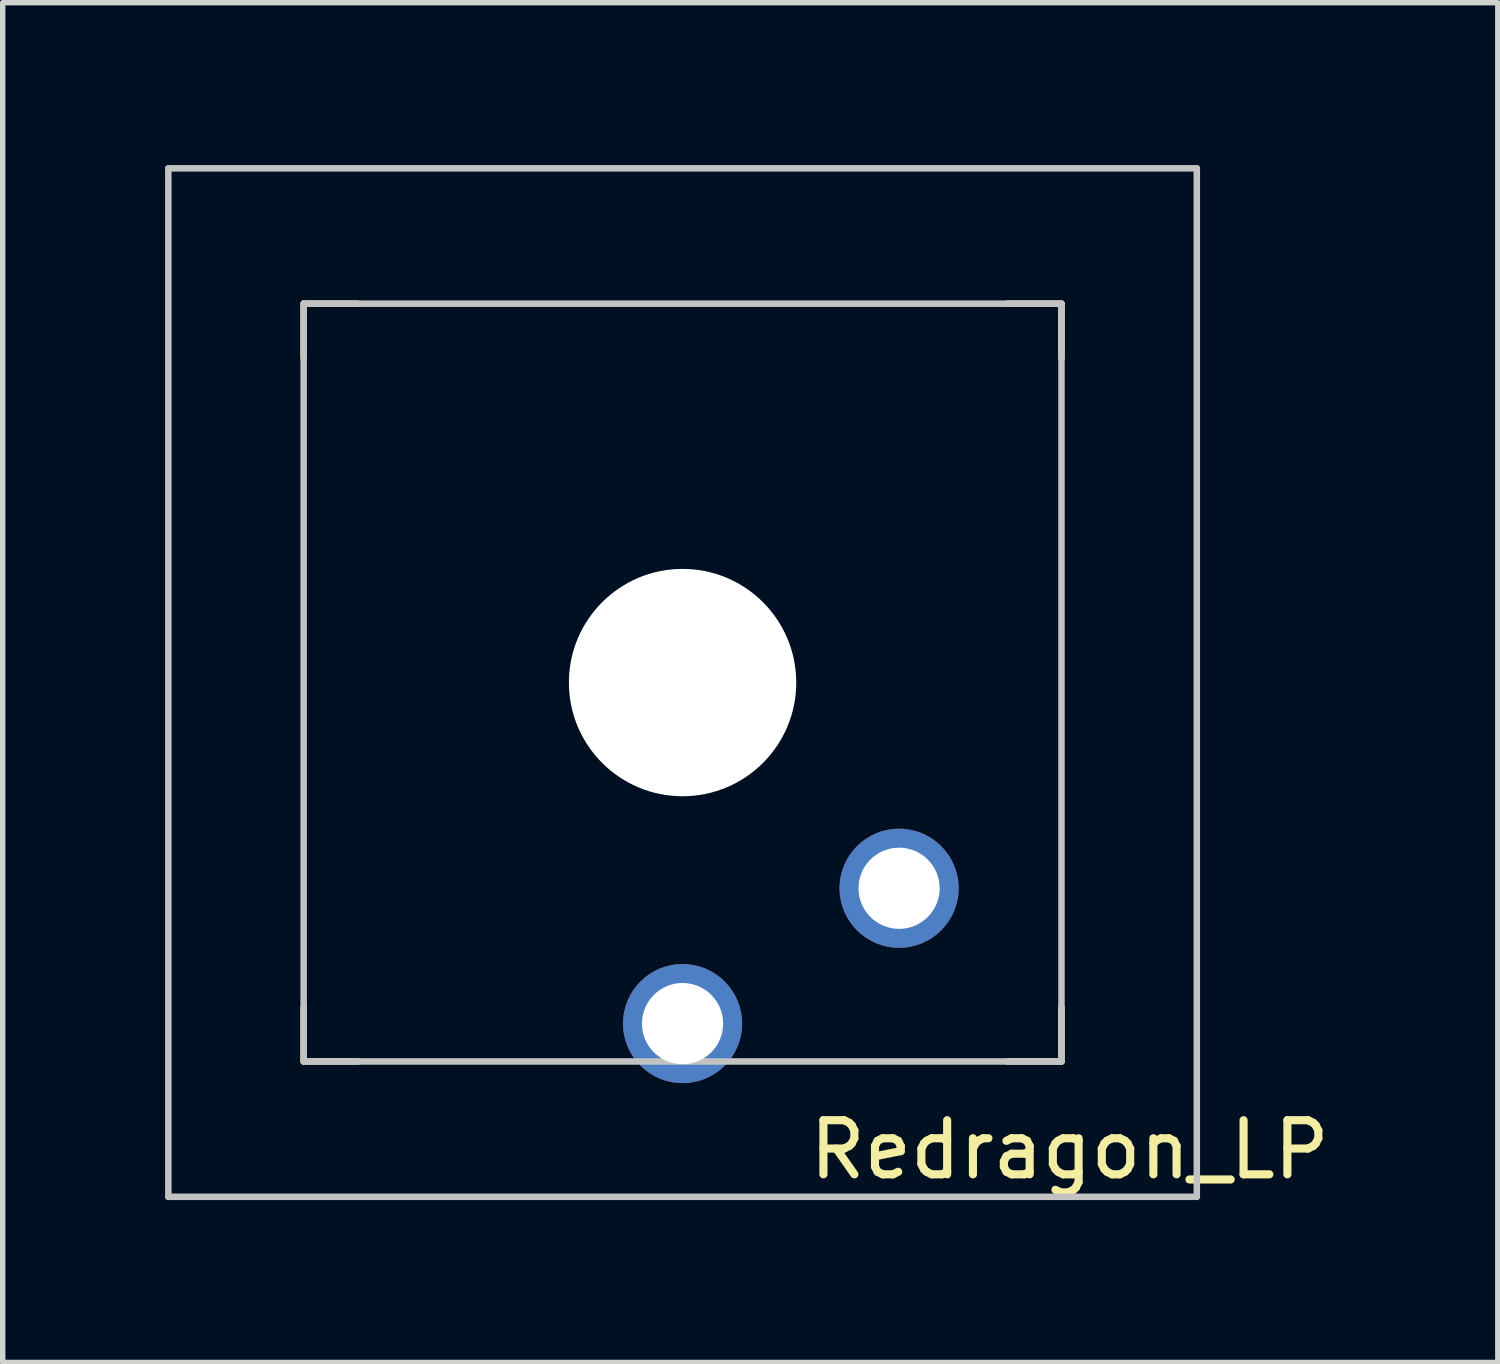
<source format=kicad_pcb>
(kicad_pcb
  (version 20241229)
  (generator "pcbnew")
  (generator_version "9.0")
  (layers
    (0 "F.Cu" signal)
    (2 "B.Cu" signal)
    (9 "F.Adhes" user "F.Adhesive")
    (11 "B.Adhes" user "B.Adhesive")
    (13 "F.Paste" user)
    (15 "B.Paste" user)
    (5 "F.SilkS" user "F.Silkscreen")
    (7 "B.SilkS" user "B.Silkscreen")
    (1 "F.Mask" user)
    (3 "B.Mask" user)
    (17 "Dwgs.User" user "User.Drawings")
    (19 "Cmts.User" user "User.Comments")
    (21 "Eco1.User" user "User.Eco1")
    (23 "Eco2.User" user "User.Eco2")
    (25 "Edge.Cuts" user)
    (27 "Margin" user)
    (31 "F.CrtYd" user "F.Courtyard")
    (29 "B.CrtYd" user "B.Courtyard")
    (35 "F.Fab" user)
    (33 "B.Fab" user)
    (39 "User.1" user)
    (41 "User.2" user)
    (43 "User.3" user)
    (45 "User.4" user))
  (footprint "Redragon_LP"
    (layer "F.Cu")
    (at 9.56 9.56)
    (property "Reference" "Redragon_LP" (at 7.15 8.63 0) (unlocked yes) (layer "F.SilkS") (effects (font (size 1 1) (thickness 0.15))))
    (attr through_hole)
    (fp_line (start -7 -7) (end -6 -7) (stroke (width 0.12) (type solid)) (layer "F.SilkS"))
    (fp_line (start -7 -6) (end -7 -7) (stroke (width 0.12) (type solid)) (layer "F.SilkS"))
    (fp_line (start -7 7) (end -7 6) (stroke (width 0.12) (type solid)) (layer "F.SilkS"))
    (fp_line (start -6 7) (end -7 7) (stroke (width 0.12) (type solid)) (layer "F.SilkS"))
    (fp_line (start 6 -7) (end 7 -7) (stroke (width 0.12) (type solid)) (layer "F.SilkS"))
    (fp_line (start 7 -7) (end 7 -6) (stroke (width 0.12) (type solid)) (layer "F.SilkS"))
    (fp_line (start 7 6) (end 7 7) (stroke (width 0.12) (type solid)) (layer "F.SilkS"))
    (fp_line (start 7 7) (end 6 7) (stroke (width 0.12) (type solid)) (layer "F.SilkS"))
    (fp_line (start -9.5 -9.5) (end 9.5 -9.5) (stroke (width 0.12) (type solid)) (layer "Dwgs.User"))
    (fp_line (start -9.5 9.5) (end -9.5 -9.5) (stroke (width 0.12) (type solid)) (layer "Dwgs.User"))
    (fp_line (start -9.5 9.5) (end 9.5 9.5) (stroke (width 0.12) (type solid)) (layer "Dwgs.User"))
    (fp_line (start 9.5 9.5) (end 9.5 -9.5) (stroke (width 0.12) (type solid)) (layer "Dwgs.User"))
    (fp_rect (start -7 -7) (end 7 7) (stroke (width 0.12) (type solid)) (fill no) (layer "Dwgs.User"))
    (pad "" np_thru_hole circle (at 0 0) (size 4.2 4.2) (drill 4.2) (layers "*.Cu" "*.Mask"))
    (pad "1" thru_hole circle (at 0 6.3) (size 2.2 2.2) (drill 1.5) (layers "*.Cu" "*.Mask"))
    (pad "2" thru_hole circle (at 4 3.8) (size 2.2 2.2) (drill 1.5) (layers "*.Cu" "*.Mask")))
  (gr_rect
    (start -3 -3)
    (end 24.621 22.12)
    (stroke (width 0.1) (type default))
    (fill no)
    (layer "Edge.Cuts")))
</source>
